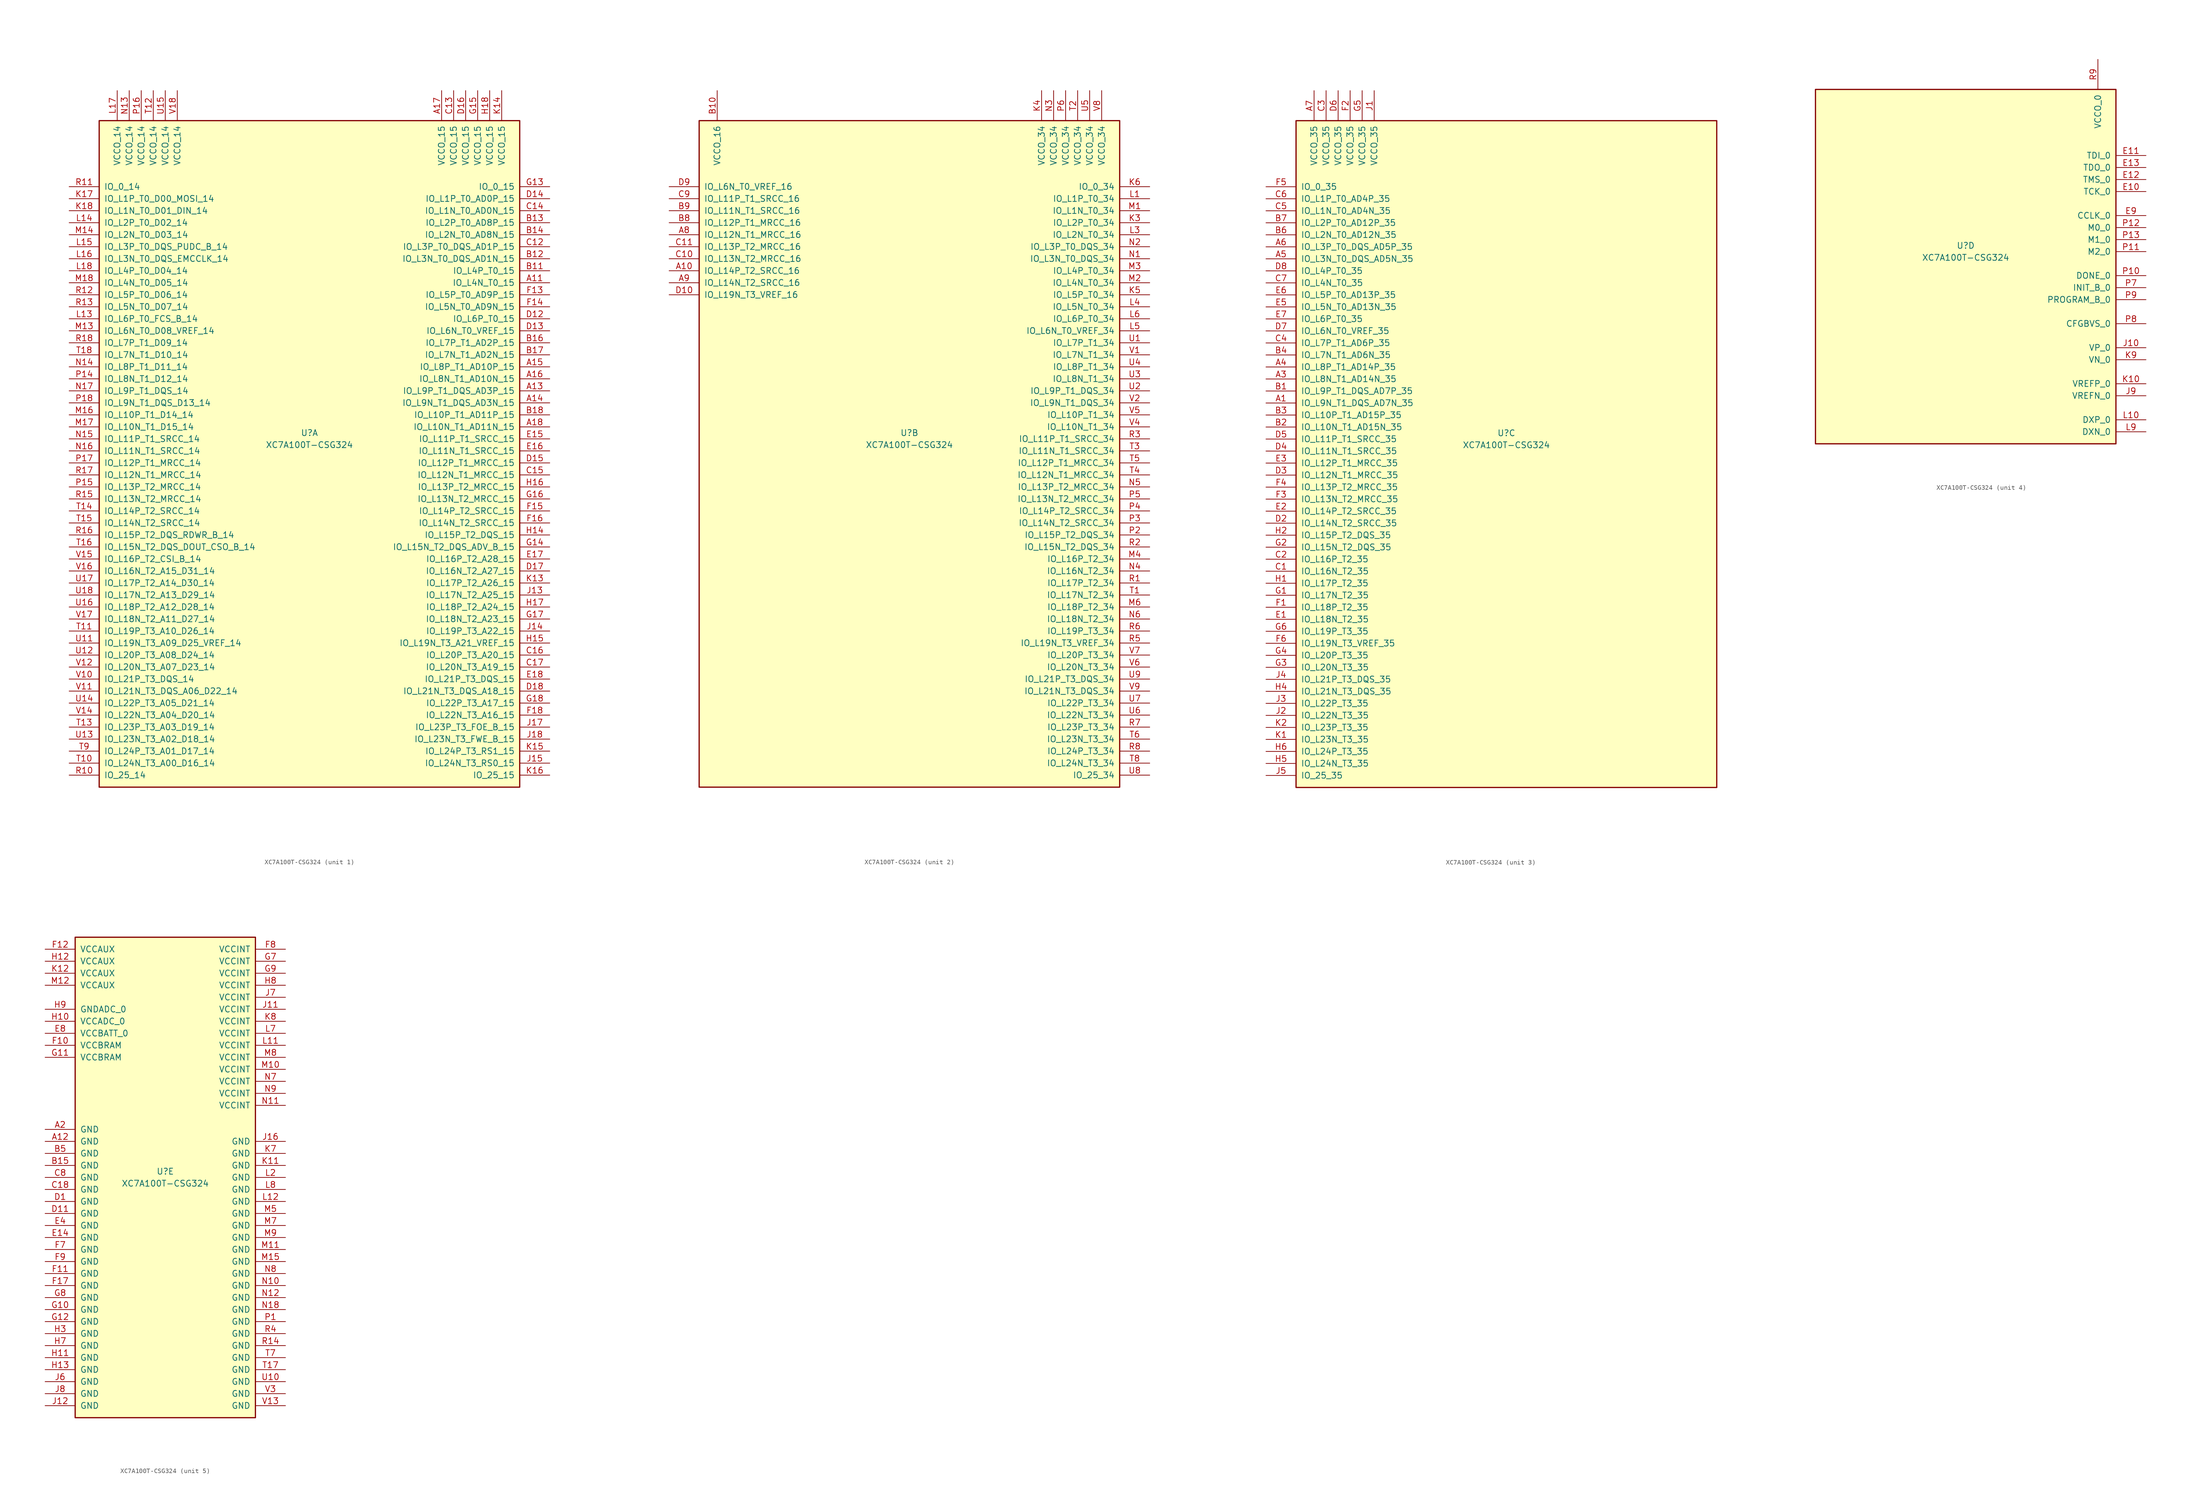
<source format=kicad_sym>
(kicad_symbol_lib
  (version 20231120)
  (generator "kicad_symbol_editor")
  (generator_version "8.0")
  (symbol "XC7A100T-CSG324"
    (pin_names
      (offset 1.016))
    (property "Reference" "U"
      (at 0 1.27 0)
      (effects (font (size 1.27 1.27))))
    (property "Value" "XC7A100T-CSG324"
      (at 0 -1.27 0)
      (effects (font (size 1.27 1.27))))
    (property "Datasheet" ""
      (at 0 0 0)
      (effects (font (size 1.27 1.27))))
    (property "ki_locked" ""
      (at 0 0 0)
      (effects (font (size 1.27 1.27))))
    (symbol "XC7A100T-CSG324_1_1"
      (rectangle (start -44.45 67.31) (end 44.45 -73.66) (stroke (width 0.254) (type default)) (fill (type background)))
      (pin bidirectional line (at 50.8 33.02 180) (length 6.35) (name "IO_L4N_T0_15" (effects (font (size 1.27 1.27)))) (number "A11" (effects (font (size 1.27 1.27)))))
      (pin bidirectional line (at 50.8 10.16 180) (length 6.35) (name "IO_L9P_T1_DQS_AD3P_15" (effects (font (size 1.27 1.27)))) (number "A13" (effects (font (size 1.27 1.27)))))
      (pin bidirectional line (at 50.8 7.62 180) (length 6.35) (name "IO_L9N_T1_DQS_AD3N_15" (effects (font (size 1.27 1.27)))) (number "A14" (effects (font (size 1.27 1.27)))))
      (pin bidirectional line (at 50.8 15.24 180) (length 6.35) (name "IO_L8P_T1_AD10P_15" (effects (font (size 1.27 1.27)))) (number "A15" (effects (font (size 1.27 1.27)))))
      (pin bidirectional line (at 50.8 12.7 180) (length 6.35) (name "IO_L8N_T1_AD10N_15" (effects (font (size 1.27 1.27)))) (number "A16" (effects (font (size 1.27 1.27)))))
      (pin power_in line (at 27.94 73.66 270) (length 6.35) (name "VCCO_15" (effects (font (size 1.27 1.27)))) (number "A17" (effects (font (size 1.27 1.27)))))
      (pin bidirectional line (at 50.8 2.54 180) (length 6.35) (name "IO_L10N_T1_AD11N_15" (effects (font (size 1.27 1.27)))) (number "A18" (effects (font (size 1.27 1.27)))))
      (pin bidirectional line (at 50.8 35.56 180) (length 6.35) (name "IO_L4P_T0_15" (effects (font (size 1.27 1.27)))) (number "B11" (effects (font (size 1.27 1.27)))))
      (pin bidirectional line (at 50.8 38.1 180) (length 6.35) (name "IO_L3N_T0_DQS_AD1N_15" (effects (font (size 1.27 1.27)))) (number "B12" (effects (font (size 1.27 1.27)))))
      (pin bidirectional line (at 50.8 45.72 180) (length 6.35) (name "IO_L2P_T0_AD8P_15" (effects (font (size 1.27 1.27)))) (number "B13" (effects (font (size 1.27 1.27)))))
      (pin bidirectional line (at 50.8 43.18 180) (length 6.35) (name "IO_L2N_T0_AD8N_15" (effects (font (size 1.27 1.27)))) (number "B14" (effects (font (size 1.27 1.27)))))
      (pin bidirectional line (at 50.8 20.32 180) (length 6.35) (name "IO_L7P_T1_AD2P_15" (effects (font (size 1.27 1.27)))) (number "B16" (effects (font (size 1.27 1.27)))))
      (pin bidirectional line (at 50.8 17.78 180) (length 6.35) (name "IO_L7N_T1_AD2N_15" (effects (font (size 1.27 1.27)))) (number "B17" (effects (font (size 1.27 1.27)))))
      (pin bidirectional line (at 50.8 5.08 180) (length 6.35) (name "IO_L10P_T1_AD11P_15" (effects (font (size 1.27 1.27)))) (number "B18" (effects (font (size 1.27 1.27)))))
      (pin bidirectional line (at 50.8 40.64 180) (length 6.35) (name "IO_L3P_T0_DQS_AD1P_15" (effects (font (size 1.27 1.27)))) (number "C12" (effects (font (size 1.27 1.27)))))
      (pin power_in line (at 30.48 73.66 270) (length 6.35) (name "VCCO_15" (effects (font (size 1.27 1.27)))) (number "C13" (effects (font (size 1.27 1.27)))))
      (pin bidirectional line (at 50.8 48.26 180) (length 6.35) (name "IO_L1N_T0_AD0N_15" (effects (font (size 1.27 1.27)))) (number "C14" (effects (font (size 1.27 1.27)))))
      (pin bidirectional line (at 50.8 -7.62 180) (length 6.35) (name "IO_L12N_T1_MRCC_15" (effects (font (size 1.27 1.27)))) (number "C15" (effects (font (size 1.27 1.27)))))
      (pin bidirectional line (at 50.8 -45.72 180) (length 6.35) (name "IO_L20P_T3_A20_15" (effects (font (size 1.27 1.27)))) (number "C16" (effects (font (size 1.27 1.27)))))
      (pin bidirectional line (at 50.8 -48.26 180) (length 6.35) (name "IO_L20N_T3_A19_15" (effects (font (size 1.27 1.27)))) (number "C17" (effects (font (size 1.27 1.27)))))
      (pin bidirectional line (at 50.8 25.4 180) (length 6.35) (name "IO_L6P_T0_15" (effects (font (size 1.27 1.27)))) (number "D12" (effects (font (size 1.27 1.27)))))
      (pin bidirectional line (at 50.8 22.86 180) (length 6.35) (name "IO_L6N_T0_VREF_15" (effects (font (size 1.27 1.27)))) (number "D13" (effects (font (size 1.27 1.27)))))
      (pin bidirectional line (at 50.8 50.8 180) (length 6.35) (name "IO_L1P_T0_AD0P_15" (effects (font (size 1.27 1.27)))) (number "D14" (effects (font (size 1.27 1.27)))))
      (pin bidirectional line (at 50.8 -5.08 180) (length 6.35) (name "IO_L12P_T1_MRCC_15" (effects (font (size 1.27 1.27)))) (number "D15" (effects (font (size 1.27 1.27)))))
      (pin power_in line (at 33.02 73.66 270) (length 6.35) (name "VCCO_15" (effects (font (size 1.27 1.27)))) (number "D16" (effects (font (size 1.27 1.27)))))
      (pin bidirectional line (at 50.8 -27.94 180) (length 6.35) (name "IO_L16N_T2_A27_15" (effects (font (size 1.27 1.27)))) (number "D17" (effects (font (size 1.27 1.27)))))
      (pin bidirectional line (at 50.8 -53.34 180) (length 6.35) (name "IO_L21N_T3_DQS_A18_15" (effects (font (size 1.27 1.27)))) (number "D18" (effects (font (size 1.27 1.27)))))
      (pin bidirectional line (at 50.8 0 180) (length 6.35) (name "IO_L11P_T1_SRCC_15" (effects (font (size 1.27 1.27)))) (number "E15" (effects (font (size 1.27 1.27)))))
      (pin bidirectional line (at 50.8 -2.54 180) (length 6.35) (name "IO_L11N_T1_SRCC_15" (effects (font (size 1.27 1.27)))) (number "E16" (effects (font (size 1.27 1.27)))))
      (pin bidirectional line (at 50.8 -25.4 180) (length 6.35) (name "IO_L16P_T2_A28_15" (effects (font (size 1.27 1.27)))) (number "E17" (effects (font (size 1.27 1.27)))))
      (pin bidirectional line (at 50.8 -50.8 180) (length 6.35) (name "IO_L21P_T3_DQS_15" (effects (font (size 1.27 1.27)))) (number "E18" (effects (font (size 1.27 1.27)))))
      (pin bidirectional line (at 50.8 30.48 180) (length 6.35) (name "IO_L5P_T0_AD9P_15" (effects (font (size 1.27 1.27)))) (number "F13" (effects (font (size 1.27 1.27)))))
      (pin bidirectional line (at 50.8 27.94 180) (length 6.35) (name "IO_L5N_T0_AD9N_15" (effects (font (size 1.27 1.27)))) (number "F14" (effects (font (size 1.27 1.27)))))
      (pin bidirectional line (at 50.8 -15.24 180) (length 6.35) (name "IO_L14P_T2_SRCC_15" (effects (font (size 1.27 1.27)))) (number "F15" (effects (font (size 1.27 1.27)))))
      (pin bidirectional line (at 50.8 -17.78 180) (length 6.35) (name "IO_L14N_T2_SRCC_15" (effects (font (size 1.27 1.27)))) (number "F16" (effects (font (size 1.27 1.27)))))
      (pin bidirectional line (at 50.8 -58.42 180) (length 6.35) (name "IO_L22N_T3_A16_15" (effects (font (size 1.27 1.27)))) (number "F18" (effects (font (size 1.27 1.27)))))
      (pin bidirectional line (at 50.8 53.34 180) (length 6.35) (name "IO_0_15" (effects (font (size 1.27 1.27)))) (number "G13" (effects (font (size 1.27 1.27)))))
      (pin bidirectional line (at 50.8 -22.86 180) (length 6.35) (name "IO_L15N_T2_DQS_ADV_B_15" (effects (font (size 1.27 1.27)))) (number "G14" (effects (font (size 1.27 1.27)))))
      (pin power_in line (at 35.56 73.66 270) (length 6.35) (name "VCCO_15" (effects (font (size 1.27 1.27)))) (number "G15" (effects (font (size 1.27 1.27)))))
      (pin bidirectional line (at 50.8 -12.7 180) (length 6.35) (name "IO_L13N_T2_MRCC_15" (effects (font (size 1.27 1.27)))) (number "G16" (effects (font (size 1.27 1.27)))))
      (pin bidirectional line (at 50.8 -38.1 180) (length 6.35) (name "IO_L18N_T2_A23_15" (effects (font (size 1.27 1.27)))) (number "G17" (effects (font (size 1.27 1.27)))))
      (pin bidirectional line (at 50.8 -55.88 180) (length 6.35) (name "IO_L22P_T3_A17_15" (effects (font (size 1.27 1.27)))) (number "G18" (effects (font (size 1.27 1.27)))))
      (pin bidirectional line (at 50.8 -20.32 180) (length 6.35) (name "IO_L15P_T2_DQS_15" (effects (font (size 1.27 1.27)))) (number "H14" (effects (font (size 1.27 1.27)))))
      (pin bidirectional line (at 50.8 -43.18 180) (length 6.35) (name "IO_L19N_T3_A21_VREF_15" (effects (font (size 1.27 1.27)))) (number "H15" (effects (font (size 1.27 1.27)))))
      (pin bidirectional line (at 50.8 -10.16 180) (length 6.35) (name "IO_L13P_T2_MRCC_15" (effects (font (size 1.27 1.27)))) (number "H16" (effects (font (size 1.27 1.27)))))
      (pin bidirectional line (at 50.8 -35.56 180) (length 6.35) (name "IO_L18P_T2_A24_15" (effects (font (size 1.27 1.27)))) (number "H17" (effects (font (size 1.27 1.27)))))
      (pin power_in line (at 38.1 73.66 270) (length 6.35) (name "VCCO_15" (effects (font (size 1.27 1.27)))) (number "H18" (effects (font (size 1.27 1.27)))))
      (pin bidirectional line (at 50.8 -33.02 180) (length 6.35) (name "IO_L17N_T2_A25_15" (effects (font (size 1.27 1.27)))) (number "J13" (effects (font (size 1.27 1.27)))))
      (pin bidirectional line (at 50.8 -40.64 180) (length 6.35) (name "IO_L19P_T3_A22_15" (effects (font (size 1.27 1.27)))) (number "J14" (effects (font (size 1.27 1.27)))))
      (pin bidirectional line (at 50.8 -68.58 180) (length 6.35) (name "IO_L24N_T3_RS0_15" (effects (font (size 1.27 1.27)))) (number "J15" (effects (font (size 1.27 1.27)))))
      (pin bidirectional line (at 50.8 -60.96 180) (length 6.35) (name "IO_L23P_T3_FOE_B_15" (effects (font (size 1.27 1.27)))) (number "J17" (effects (font (size 1.27 1.27)))))
      (pin bidirectional line (at 50.8 -63.5 180) (length 6.35) (name "IO_L23N_T3_FWE_B_15" (effects (font (size 1.27 1.27)))) (number "J18" (effects (font (size 1.27 1.27)))))
      (pin bidirectional line (at 50.8 -30.48 180) (length 6.35) (name "IO_L17P_T2_A26_15" (effects (font (size 1.27 1.27)))) (number "K13" (effects (font (size 1.27 1.27)))))
      (pin power_in line (at 40.64 73.66 270) (length 6.35) (name "VCCO_15" (effects (font (size 1.27 1.27)))) (number "K14" (effects (font (size 1.27 1.27)))))
      (pin bidirectional line (at 50.8 -66.04 180) (length 6.35) (name "IO_L24P_T3_RS1_15" (effects (font (size 1.27 1.27)))) (number "K15" (effects (font (size 1.27 1.27)))))
      (pin bidirectional line (at 50.8 -71.12 180) (length 6.35) (name "IO_25_15" (effects (font (size 1.27 1.27)))) (number "K16" (effects (font (size 1.27 1.27)))))
      (pin bidirectional line (at -50.8 50.8 0) (length 6.35) (name "IO_L1P_T0_D00_MOSI_14" (effects (font (size 1.27 1.27)))) (number "K17" (effects (font (size 1.27 1.27)))))
      (pin bidirectional line (at -50.8 48.26 0) (length 6.35) (name "IO_L1N_T0_D01_DIN_14" (effects (font (size 1.27 1.27)))) (number "K18" (effects (font (size 1.27 1.27)))))
      (pin bidirectional line (at -50.8 25.4 0) (length 6.35) (name "IO_L6P_T0_FCS_B_14" (effects (font (size 1.27 1.27)))) (number "L13" (effects (font (size 1.27 1.27)))))
      (pin bidirectional line (at -50.8 45.72 0) (length 6.35) (name "IO_L2P_T0_D02_14" (effects (font (size 1.27 1.27)))) (number "L14" (effects (font (size 1.27 1.27)))))
      (pin bidirectional line (at -50.8 40.64 0) (length 6.35) (name "IO_L3P_T0_DQS_PUDC_B_14" (effects (font (size 1.27 1.27)))) (number "L15" (effects (font (size 1.27 1.27)))))
      (pin bidirectional line (at -50.8 38.1 0) (length 6.35) (name "IO_L3N_T0_DQS_EMCCLK_14" (effects (font (size 1.27 1.27)))) (number "L16" (effects (font (size 1.27 1.27)))))
      (pin power_in line (at -40.64 73.66 270) (length 6.35) (name "VCCO_14" (effects (font (size 1.27 1.27)))) (number "L17" (effects (font (size 1.27 1.27)))))
      (pin bidirectional line (at -50.8 35.56 0) (length 6.35) (name "IO_L4P_T0_D04_14" (effects (font (size 1.27 1.27)))) (number "L18" (effects (font (size 1.27 1.27)))))
      (pin bidirectional line (at -50.8 22.86 0) (length 6.35) (name "IO_L6N_T0_D08_VREF_14" (effects (font (size 1.27 1.27)))) (number "M13" (effects (font (size 1.27 1.27)))))
      (pin bidirectional line (at -50.8 43.18 0) (length 6.35) (name "IO_L2N_T0_D03_14" (effects (font (size 1.27 1.27)))) (number "M14" (effects (font (size 1.27 1.27)))))
      (pin bidirectional line (at -50.8 5.08 0) (length 6.35) (name "IO_L10P_T1_D14_14" (effects (font (size 1.27 1.27)))) (number "M16" (effects (font (size 1.27 1.27)))))
      (pin bidirectional line (at -50.8 2.54 0) (length 6.35) (name "IO_L10N_T1_D15_14" (effects (font (size 1.27 1.27)))) (number "M17" (effects (font (size 1.27 1.27)))))
      (pin bidirectional line (at -50.8 33.02 0) (length 6.35) (name "IO_L4N_T0_D05_14" (effects (font (size 1.27 1.27)))) (number "M18" (effects (font (size 1.27 1.27)))))
      (pin power_in line (at -38.1 73.66 270) (length 6.35) (name "VCCO_14" (effects (font (size 1.27 1.27)))) (number "N13" (effects (font (size 1.27 1.27)))))
      (pin bidirectional line (at -50.8 15.24 0) (length 6.35) (name "IO_L8P_T1_D11_14" (effects (font (size 1.27 1.27)))) (number "N14" (effects (font (size 1.27 1.27)))))
      (pin bidirectional line (at -50.8 0 0) (length 6.35) (name "IO_L11P_T1_SRCC_14" (effects (font (size 1.27 1.27)))) (number "N15" (effects (font (size 1.27 1.27)))))
      (pin bidirectional line (at -50.8 -2.54 0) (length 6.35) (name "IO_L11N_T1_SRCC_14" (effects (font (size 1.27 1.27)))) (number "N16" (effects (font (size 1.27 1.27)))))
      (pin bidirectional line (at -50.8 10.16 0) (length 6.35) (name "IO_L9P_T1_DQS_14" (effects (font (size 1.27 1.27)))) (number "N17" (effects (font (size 1.27 1.27)))))
      (pin bidirectional line (at -50.8 12.7 0) (length 6.35) (name "IO_L8N_T1_D12_14" (effects (font (size 1.27 1.27)))) (number "P14" (effects (font (size 1.27 1.27)))))
      (pin bidirectional line (at -50.8 -10.16 0) (length 6.35) (name "IO_L13P_T2_MRCC_14" (effects (font (size 1.27 1.27)))) (number "P15" (effects (font (size 1.27 1.27)))))
      (pin power_in line (at -35.56 73.66 270) (length 6.35) (name "VCCO_14" (effects (font (size 1.27 1.27)))) (number "P16" (effects (font (size 1.27 1.27)))))
      (pin bidirectional line (at -50.8 -5.08 0) (length 6.35) (name "IO_L12P_T1_MRCC_14" (effects (font (size 1.27 1.27)))) (number "P17" (effects (font (size 1.27 1.27)))))
      (pin bidirectional line (at -50.8 7.62 0) (length 6.35) (name "IO_L9N_T1_DQS_D13_14" (effects (font (size 1.27 1.27)))) (number "P18" (effects (font (size 1.27 1.27)))))
      (pin bidirectional line (at -50.8 -71.12 0) (length 6.35) (name "IO_25_14" (effects (font (size 1.27 1.27)))) (number "R10" (effects (font (size 1.27 1.27)))))
      (pin bidirectional line (at -50.8 53.34 0) (length 6.35) (name "IO_0_14" (effects (font (size 1.27 1.27)))) (number "R11" (effects (font (size 1.27 1.27)))))
      (pin bidirectional line (at -50.8 30.48 0) (length 6.35) (name "IO_L5P_T0_D06_14" (effects (font (size 1.27 1.27)))) (number "R12" (effects (font (size 1.27 1.27)))))
      (pin bidirectional line (at -50.8 27.94 0) (length 6.35) (name "IO_L5N_T0_D07_14" (effects (font (size 1.27 1.27)))) (number "R13" (effects (font (size 1.27 1.27)))))
      (pin bidirectional line (at -50.8 -12.7 0) (length 6.35) (name "IO_L13N_T2_MRCC_14" (effects (font (size 1.27 1.27)))) (number "R15" (effects (font (size 1.27 1.27)))))
      (pin bidirectional line (at -50.8 -20.32 0) (length 6.35) (name "IO_L15P_T2_DQS_RDWR_B_14" (effects (font (size 1.27 1.27)))) (number "R16" (effects (font (size 1.27 1.27)))))
      (pin bidirectional line (at -50.8 -7.62 0) (length 6.35) (name "IO_L12N_T1_MRCC_14" (effects (font (size 1.27 1.27)))) (number "R17" (effects (font (size 1.27 1.27)))))
      (pin bidirectional line (at -50.8 20.32 0) (length 6.35) (name "IO_L7P_T1_D09_14" (effects (font (size 1.27 1.27)))) (number "R18" (effects (font (size 1.27 1.27)))))
      (pin bidirectional line (at -50.8 -68.58 0) (length 6.35) (name "IO_L24N_T3_A00_D16_14" (effects (font (size 1.27 1.27)))) (number "T10" (effects (font (size 1.27 1.27)))))
      (pin bidirectional line (at -50.8 -40.64 0) (length 6.35) (name "IO_L19P_T3_A10_D26_14" (effects (font (size 1.27 1.27)))) (number "T11" (effects (font (size 1.27 1.27)))))
      (pin power_in line (at -33.02 73.66 270) (length 6.35) (name "VCCO_14" (effects (font (size 1.27 1.27)))) (number "T12" (effects (font (size 1.27 1.27)))))
      (pin bidirectional line (at -50.8 -60.96 0) (length 6.35) (name "IO_L23P_T3_A03_D19_14" (effects (font (size 1.27 1.27)))) (number "T13" (effects (font (size 1.27 1.27)))))
      (pin bidirectional line (at -50.8 -15.24 0) (length 6.35) (name "IO_L14P_T2_SRCC_14" (effects (font (size 1.27 1.27)))) (number "T14" (effects (font (size 1.27 1.27)))))
      (pin bidirectional line (at -50.8 -17.78 0) (length 6.35) (name "IO_L14N_T2_SRCC_14" (effects (font (size 1.27 1.27)))) (number "T15" (effects (font (size 1.27 1.27)))))
      (pin bidirectional line (at -50.8 -22.86 0) (length 6.35) (name "IO_L15N_T2_DQS_DOUT_CSO_B_14" (effects (font (size 1.27 1.27)))) (number "T16" (effects (font (size 1.27 1.27)))))
      (pin bidirectional line (at -50.8 17.78 0) (length 6.35) (name "IO_L7N_T1_D10_14" (effects (font (size 1.27 1.27)))) (number "T18" (effects (font (size 1.27 1.27)))))
      (pin bidirectional line (at -50.8 -66.04 0) (length 6.35) (name "IO_L24P_T3_A01_D17_14" (effects (font (size 1.27 1.27)))) (number "T9" (effects (font (size 1.27 1.27)))))
      (pin bidirectional line (at -50.8 -43.18 0) (length 6.35) (name "IO_L19N_T3_A09_D25_VREF_14" (effects (font (size 1.27 1.27)))) (number "U11" (effects (font (size 1.27 1.27)))))
      (pin bidirectional line (at -50.8 -45.72 0) (length 6.35) (name "IO_L20P_T3_A08_D24_14" (effects (font (size 1.27 1.27)))) (number "U12" (effects (font (size 1.27 1.27)))))
      (pin bidirectional line (at -50.8 -63.5 0) (length 6.35) (name "IO_L23N_T3_A02_D18_14" (effects (font (size 1.27 1.27)))) (number "U13" (effects (font (size 1.27 1.27)))))
      (pin bidirectional line (at -50.8 -55.88 0) (length 6.35) (name "IO_L22P_T3_A05_D21_14" (effects (font (size 1.27 1.27)))) (number "U14" (effects (font (size 1.27 1.27)))))
      (pin power_in line (at -30.48 73.66 270) (length 6.35) (name "VCCO_14" (effects (font (size 1.27 1.27)))) (number "U15" (effects (font (size 1.27 1.27)))))
      (pin bidirectional line (at -50.8 -35.56 0) (length 6.35) (name "IO_L18P_T2_A12_D28_14" (effects (font (size 1.27 1.27)))) (number "U16" (effects (font (size 1.27 1.27)))))
      (pin bidirectional line (at -50.8 -30.48 0) (length 6.35) (name "IO_L17P_T2_A14_D30_14" (effects (font (size 1.27 1.27)))) (number "U17" (effects (font (size 1.27 1.27)))))
      (pin bidirectional line (at -50.8 -33.02 0) (length 6.35) (name "IO_L17N_T2_A13_D29_14" (effects (font (size 1.27 1.27)))) (number "U18" (effects (font (size 1.27 1.27)))))
      (pin bidirectional line (at -50.8 -50.8 0) (length 6.35) (name "IO_L21P_T3_DQS_14" (effects (font (size 1.27 1.27)))) (number "V10" (effects (font (size 1.27 1.27)))))
      (pin bidirectional line (at -50.8 -53.34 0) (length 6.35) (name "IO_L21N_T3_DQS_A06_D22_14" (effects (font (size 1.27 1.27)))) (number "V11" (effects (font (size 1.27 1.27)))))
      (pin bidirectional line (at -50.8 -48.26 0) (length 6.35) (name "IO_L20N_T3_A07_D23_14" (effects (font (size 1.27 1.27)))) (number "V12" (effects (font (size 1.27 1.27)))))
      (pin bidirectional line (at -50.8 -58.42 0) (length 6.35) (name "IO_L22N_T3_A04_D20_14" (effects (font (size 1.27 1.27)))) (number "V14" (effects (font (size 1.27 1.27)))))
      (pin bidirectional line (at -50.8 -25.4 0) (length 6.35) (name "IO_L16P_T2_CSI_B_14" (effects (font (size 1.27 1.27)))) (number "V15" (effects (font (size 1.27 1.27)))))
      (pin bidirectional line (at -50.8 -27.94 0) (length 6.35) (name "IO_L16N_T2_A15_D31_14" (effects (font (size 1.27 1.27)))) (number "V16" (effects (font (size 1.27 1.27)))))
      (pin bidirectional line (at -50.8 -38.1 0) (length 6.35) (name "IO_L18N_T2_A11_D27_14" (effects (font (size 1.27 1.27)))) (number "V17" (effects (font (size 1.27 1.27)))))
      (pin power_in line (at -27.94 73.66 270) (length 6.35) (name "VCCO_14" (effects (font (size 1.27 1.27)))) (number "V18" (effects (font (size 1.27 1.27))))))
    (symbol "XC7A100T-CSG324_2_1"
      (rectangle (start -44.45 67.31) (end 44.45 -73.66) (stroke (width 0.254) (type default)) (fill (type background)))
      (pin bidirectional line (at -50.8 35.56 0) (length 6.35) (name "IO_L14P_T2_SRCC_16" (effects (font (size 1.27 1.27)))) (number "A10" (effects (font (size 1.27 1.27)))))
      (pin bidirectional line (at -50.8 43.18 0) (length 6.35) (name "IO_L12N_T1_MRCC_16" (effects (font (size 1.27 1.27)))) (number "A8" (effects (font (size 1.27 1.27)))))
      (pin bidirectional line (at -50.8 33.02 0) (length 6.35) (name "IO_L14N_T2_SRCC_16" (effects (font (size 1.27 1.27)))) (number "A9" (effects (font (size 1.27 1.27)))))
      (pin power_in line (at -40.64 73.66 270) (length 6.35) (name "VCCO_16" (effects (font (size 1.27 1.27)))) (number "B10" (effects (font (size 1.27 1.27)))))
      (pin bidirectional line (at -50.8 45.72 0) (length 6.35) (name "IO_L12P_T1_MRCC_16" (effects (font (size 1.27 1.27)))) (number "B8" (effects (font (size 1.27 1.27)))))
      (pin bidirectional line (at -50.8 48.26 0) (length 6.35) (name "IO_L11N_T1_SRCC_16" (effects (font (size 1.27 1.27)))) (number "B9" (effects (font (size 1.27 1.27)))))
      (pin bidirectional line (at -50.8 38.1 0) (length 6.35) (name "IO_L13N_T2_MRCC_16" (effects (font (size 1.27 1.27)))) (number "C10" (effects (font (size 1.27 1.27)))))
      (pin bidirectional line (at -50.8 40.64 0) (length 6.35) (name "IO_L13P_T2_MRCC_16" (effects (font (size 1.27 1.27)))) (number "C11" (effects (font (size 1.27 1.27)))))
      (pin bidirectional line (at -50.8 50.8 0) (length 6.35) (name "IO_L11P_T1_SRCC_16" (effects (font (size 1.27 1.27)))) (number "C9" (effects (font (size 1.27 1.27)))))
      (pin bidirectional line (at -50.8 30.48 0) (length 6.35) (name "IO_L19N_T3_VREF_16" (effects (font (size 1.27 1.27)))) (number "D10" (effects (font (size 1.27 1.27)))))
      (pin bidirectional line (at -50.8 53.34 0) (length 6.35) (name "IO_L6N_T0_VREF_16" (effects (font (size 1.27 1.27)))) (number "D9" (effects (font (size 1.27 1.27)))))
      (pin bidirectional line (at 50.8 45.72 180) (length 6.35) (name "IO_L2P_T0_34" (effects (font (size 1.27 1.27)))) (number "K3" (effects (font (size 1.27 1.27)))))
      (pin power_in line (at 27.94 73.66 270) (length 6.35) (name "VCCO_34" (effects (font (size 1.27 1.27)))) (number "K4" (effects (font (size 1.27 1.27)))))
      (pin bidirectional line (at 50.8 30.48 180) (length 6.35) (name "IO_L5P_T0_34" (effects (font (size 1.27 1.27)))) (number "K5" (effects (font (size 1.27 1.27)))))
      (pin bidirectional line (at 50.8 53.34 180) (length 6.35) (name "IO_0_34" (effects (font (size 1.27 1.27)))) (number "K6" (effects (font (size 1.27 1.27)))))
      (pin bidirectional line (at 50.8 50.8 180) (length 6.35) (name "IO_L1P_T0_34" (effects (font (size 1.27 1.27)))) (number "L1" (effects (font (size 1.27 1.27)))))
      (pin bidirectional line (at 50.8 43.18 180) (length 6.35) (name "IO_L2N_T0_34" (effects (font (size 1.27 1.27)))) (number "L3" (effects (font (size 1.27 1.27)))))
      (pin bidirectional line (at 50.8 27.94 180) (length 6.35) (name "IO_L5N_T0_34" (effects (font (size 1.27 1.27)))) (number "L4" (effects (font (size 1.27 1.27)))))
      (pin bidirectional line (at 50.8 22.86 180) (length 6.35) (name "IO_L6N_T0_VREF_34" (effects (font (size 1.27 1.27)))) (number "L5" (effects (font (size 1.27 1.27)))))
      (pin bidirectional line (at 50.8 25.4 180) (length 6.35) (name "IO_L6P_T0_34" (effects (font (size 1.27 1.27)))) (number "L6" (effects (font (size 1.27 1.27)))))
      (pin bidirectional line (at 50.8 48.26 180) (length 6.35) (name "IO_L1N_T0_34" (effects (font (size 1.27 1.27)))) (number "M1" (effects (font (size 1.27 1.27)))))
      (pin bidirectional line (at 50.8 33.02 180) (length 6.35) (name "IO_L4N_T0_34" (effects (font (size 1.27 1.27)))) (number "M2" (effects (font (size 1.27 1.27)))))
      (pin bidirectional line (at 50.8 35.56 180) (length 6.35) (name "IO_L4P_T0_34" (effects (font (size 1.27 1.27)))) (number "M3" (effects (font (size 1.27 1.27)))))
      (pin bidirectional line (at 50.8 -25.4 180) (length 6.35) (name "IO_L16P_T2_34" (effects (font (size 1.27 1.27)))) (number "M4" (effects (font (size 1.27 1.27)))))
      (pin bidirectional line (at 50.8 -35.56 180) (length 6.35) (name "IO_L18P_T2_34" (effects (font (size 1.27 1.27)))) (number "M6" (effects (font (size 1.27 1.27)))))
      (pin bidirectional line (at 50.8 38.1 180) (length 6.35) (name "IO_L3N_T0_DQS_34" (effects (font (size 1.27 1.27)))) (number "N1" (effects (font (size 1.27 1.27)))))
      (pin bidirectional line (at 50.8 40.64 180) (length 6.35) (name "IO_L3P_T0_DQS_34" (effects (font (size 1.27 1.27)))) (number "N2" (effects (font (size 1.27 1.27)))))
      (pin power_in line (at 30.48 73.66 270) (length 6.35) (name "VCCO_34" (effects (font (size 1.27 1.27)))) (number "N3" (effects (font (size 1.27 1.27)))))
      (pin bidirectional line (at 50.8 -27.94 180) (length 6.35) (name "IO_L16N_T2_34" (effects (font (size 1.27 1.27)))) (number "N4" (effects (font (size 1.27 1.27)))))
      (pin bidirectional line (at 50.8 -10.16 180) (length 6.35) (name "IO_L13P_T2_MRCC_34" (effects (font (size 1.27 1.27)))) (number "N5" (effects (font (size 1.27 1.27)))))
      (pin bidirectional line (at 50.8 -38.1 180) (length 6.35) (name "IO_L18N_T2_34" (effects (font (size 1.27 1.27)))) (number "N6" (effects (font (size 1.27 1.27)))))
      (pin bidirectional line (at 50.8 -20.32 180) (length 6.35) (name "IO_L15P_T2_DQS_34" (effects (font (size 1.27 1.27)))) (number "P2" (effects (font (size 1.27 1.27)))))
      (pin bidirectional line (at 50.8 -17.78 180) (length 6.35) (name "IO_L14N_T2_SRCC_34" (effects (font (size 1.27 1.27)))) (number "P3" (effects (font (size 1.27 1.27)))))
      (pin bidirectional line (at 50.8 -15.24 180) (length 6.35) (name "IO_L14P_T2_SRCC_34" (effects (font (size 1.27 1.27)))) (number "P4" (effects (font (size 1.27 1.27)))))
      (pin bidirectional line (at 50.8 -12.7 180) (length 6.35) (name "IO_L13N_T2_MRCC_34" (effects (font (size 1.27 1.27)))) (number "P5" (effects (font (size 1.27 1.27)))))
      (pin power_in line (at 33.02 73.66 270) (length 6.35) (name "VCCO_34" (effects (font (size 1.27 1.27)))) (number "P6" (effects (font (size 1.27 1.27)))))
      (pin bidirectional line (at 50.8 -30.48 180) (length 6.35) (name "IO_L17P_T2_34" (effects (font (size 1.27 1.27)))) (number "R1" (effects (font (size 1.27 1.27)))))
      (pin bidirectional line (at 50.8 -22.86 180) (length 6.35) (name "IO_L15N_T2_DQS_34" (effects (font (size 1.27 1.27)))) (number "R2" (effects (font (size 1.27 1.27)))))
      (pin bidirectional line (at 50.8 0 180) (length 6.35) (name "IO_L11P_T1_SRCC_34" (effects (font (size 1.27 1.27)))) (number "R3" (effects (font (size 1.27 1.27)))))
      (pin bidirectional line (at 50.8 -43.18 180) (length 6.35) (name "IO_L19N_T3_VREF_34" (effects (font (size 1.27 1.27)))) (number "R5" (effects (font (size 1.27 1.27)))))
      (pin bidirectional line (at 50.8 -40.64 180) (length 6.35) (name "IO_L19P_T3_34" (effects (font (size 1.27 1.27)))) (number "R6" (effects (font (size 1.27 1.27)))))
      (pin bidirectional line (at 50.8 -60.96 180) (length 6.35) (name "IO_L23P_T3_34" (effects (font (size 1.27 1.27)))) (number "R7" (effects (font (size 1.27 1.27)))))
      (pin bidirectional line (at 50.8 -66.04 180) (length 6.35) (name "IO_L24P_T3_34" (effects (font (size 1.27 1.27)))) (number "R8" (effects (font (size 1.27 1.27)))))
      (pin bidirectional line (at 50.8 -33.02 180) (length 6.35) (name "IO_L17N_T2_34" (effects (font (size 1.27 1.27)))) (number "T1" (effects (font (size 1.27 1.27)))))
      (pin power_in line (at 35.56 73.66 270) (length 6.35) (name "VCCO_34" (effects (font (size 1.27 1.27)))) (number "T2" (effects (font (size 1.27 1.27)))))
      (pin bidirectional line (at 50.8 -2.54 180) (length 6.35) (name "IO_L11N_T1_SRCC_34" (effects (font (size 1.27 1.27)))) (number "T3" (effects (font (size 1.27 1.27)))))
      (pin bidirectional line (at 50.8 -7.62 180) (length 6.35) (name "IO_L12N_T1_MRCC_34" (effects (font (size 1.27 1.27)))) (number "T4" (effects (font (size 1.27 1.27)))))
      (pin bidirectional line (at 50.8 -5.08 180) (length 6.35) (name "IO_L12P_T1_MRCC_34" (effects (font (size 1.27 1.27)))) (number "T5" (effects (font (size 1.27 1.27)))))
      (pin bidirectional line (at 50.8 -63.5 180) (length 6.35) (name "IO_L23N_T3_34" (effects (font (size 1.27 1.27)))) (number "T6" (effects (font (size 1.27 1.27)))))
      (pin bidirectional line (at 50.8 -68.58 180) (length 6.35) (name "IO_L24N_T3_34" (effects (font (size 1.27 1.27)))) (number "T8" (effects (font (size 1.27 1.27)))))
      (pin bidirectional line (at 50.8 20.32 180) (length 6.35) (name "IO_L7P_T1_34" (effects (font (size 1.27 1.27)))) (number "U1" (effects (font (size 1.27 1.27)))))
      (pin bidirectional line (at 50.8 10.16 180) (length 6.35) (name "IO_L9P_T1_DQS_34" (effects (font (size 1.27 1.27)))) (number "U2" (effects (font (size 1.27 1.27)))))
      (pin bidirectional line (at 50.8 12.7 180) (length 6.35) (name "IO_L8N_T1_34" (effects (font (size 1.27 1.27)))) (number "U3" (effects (font (size 1.27 1.27)))))
      (pin bidirectional line (at 50.8 15.24 180) (length 6.35) (name "IO_L8P_T1_34" (effects (font (size 1.27 1.27)))) (number "U4" (effects (font (size 1.27 1.27)))))
      (pin power_in line (at 38.1 73.66 270) (length 6.35) (name "VCCO_34" (effects (font (size 1.27 1.27)))) (number "U5" (effects (font (size 1.27 1.27)))))
      (pin bidirectional line (at 50.8 -58.42 180) (length 6.35) (name "IO_L22N_T3_34" (effects (font (size 1.27 1.27)))) (number "U6" (effects (font (size 1.27 1.27)))))
      (pin bidirectional line (at 50.8 -55.88 180) (length 6.35) (name "IO_L22P_T3_34" (effects (font (size 1.27 1.27)))) (number "U7" (effects (font (size 1.27 1.27)))))
      (pin bidirectional line (at 50.8 -71.12 180) (length 6.35) (name "IO_25_34" (effects (font (size 1.27 1.27)))) (number "U8" (effects (font (size 1.27 1.27)))))
      (pin bidirectional line (at 50.8 -50.8 180) (length 6.35) (name "IO_L21P_T3_DQS_34" (effects (font (size 1.27 1.27)))) (number "U9" (effects (font (size 1.27 1.27)))))
      (pin bidirectional line (at 50.8 17.78 180) (length 6.35) (name "IO_L7N_T1_34" (effects (font (size 1.27 1.27)))) (number "V1" (effects (font (size 1.27 1.27)))))
      (pin bidirectional line (at 50.8 7.62 180) (length 6.35) (name "IO_L9N_T1_DQS_34" (effects (font (size 1.27 1.27)))) (number "V2" (effects (font (size 1.27 1.27)))))
      (pin bidirectional line (at 50.8 2.54 180) (length 6.35) (name "IO_L10N_T1_34" (effects (font (size 1.27 1.27)))) (number "V4" (effects (font (size 1.27 1.27)))))
      (pin bidirectional line (at 50.8 5.08 180) (length 6.35) (name "IO_L10P_T1_34" (effects (font (size 1.27 1.27)))) (number "V5" (effects (font (size 1.27 1.27)))))
      (pin bidirectional line (at 50.8 -48.26 180) (length 6.35) (name "IO_L20N_T3_34" (effects (font (size 1.27 1.27)))) (number "V6" (effects (font (size 1.27 1.27)))))
      (pin bidirectional line (at 50.8 -45.72 180) (length 6.35) (name "IO_L20P_T3_34" (effects (font (size 1.27 1.27)))) (number "V7" (effects (font (size 1.27 1.27)))))
      (pin power_in line (at 40.64 73.66 270) (length 6.35) (name "VCCO_34" (effects (font (size 1.27 1.27)))) (number "V8" (effects (font (size 1.27 1.27)))))
      (pin bidirectional line (at 50.8 -53.34 180) (length 6.35) (name "IO_L21N_T3_DQS_34" (effects (font (size 1.27 1.27)))) (number "V9" (effects (font (size 1.27 1.27))))))
    (symbol "XC7A100T-CSG324_3_1"
      (rectangle (start -44.45 67.31) (end 44.45 -73.66) (stroke (width 0.254) (type default)) (fill (type background)))
      (pin bidirectional line (at -50.8 7.62 0) (length 6.35) (name "IO_L9N_T1_DQS_AD7N_35" (effects (font (size 1.27 1.27)))) (number "A1" (effects (font (size 1.27 1.27)))))
      (pin bidirectional line (at -50.8 12.7 0) (length 6.35) (name "IO_L8N_T1_AD14N_35" (effects (font (size 1.27 1.27)))) (number "A3" (effects (font (size 1.27 1.27)))))
      (pin bidirectional line (at -50.8 15.24 0) (length 6.35) (name "IO_L8P_T1_AD14P_35" (effects (font (size 1.27 1.27)))) (number "A4" (effects (font (size 1.27 1.27)))))
      (pin bidirectional line (at -50.8 38.1 0) (length 6.35) (name "IO_L3N_T0_DQS_AD5N_35" (effects (font (size 1.27 1.27)))) (number "A5" (effects (font (size 1.27 1.27)))))
      (pin bidirectional line (at -50.8 40.64 0) (length 6.35) (name "IO_L3P_T0_DQS_AD5P_35" (effects (font (size 1.27 1.27)))) (number "A6" (effects (font (size 1.27 1.27)))))
      (pin power_in line (at -40.64 73.66 270) (length 6.35) (name "VCCO_35" (effects (font (size 1.27 1.27)))) (number "A7" (effects (font (size 1.27 1.27)))))
      (pin bidirectional line (at -50.8 10.16 0) (length 6.35) (name "IO_L9P_T1_DQS_AD7P_35" (effects (font (size 1.27 1.27)))) (number "B1" (effects (font (size 1.27 1.27)))))
      (pin bidirectional line (at -50.8 2.54 0) (length 6.35) (name "IO_L10N_T1_AD15N_35" (effects (font (size 1.27 1.27)))) (number "B2" (effects (font (size 1.27 1.27)))))
      (pin bidirectional line (at -50.8 5.08 0) (length 6.35) (name "IO_L10P_T1_AD15P_35" (effects (font (size 1.27 1.27)))) (number "B3" (effects (font (size 1.27 1.27)))))
      (pin bidirectional line (at -50.8 17.78 0) (length 6.35) (name "IO_L7N_T1_AD6N_35" (effects (font (size 1.27 1.27)))) (number "B4" (effects (font (size 1.27 1.27)))))
      (pin bidirectional line (at -50.8 43.18 0) (length 6.35) (name "IO_L2N_T0_AD12N_35" (effects (font (size 1.27 1.27)))) (number "B6" (effects (font (size 1.27 1.27)))))
      (pin bidirectional line (at -50.8 45.72 0) (length 6.35) (name "IO_L2P_T0_AD12P_35" (effects (font (size 1.27 1.27)))) (number "B7" (effects (font (size 1.27 1.27)))))
      (pin bidirectional line (at -50.8 -27.94 0) (length 6.35) (name "IO_L16N_T2_35" (effects (font (size 1.27 1.27)))) (number "C1" (effects (font (size 1.27 1.27)))))
      (pin bidirectional line (at -50.8 -25.4 0) (length 6.35) (name "IO_L16P_T2_35" (effects (font (size 1.27 1.27)))) (number "C2" (effects (font (size 1.27 1.27)))))
      (pin power_in line (at -38.1 73.66 270) (length 6.35) (name "VCCO_35" (effects (font (size 1.27 1.27)))) (number "C3" (effects (font (size 1.27 1.27)))))
      (pin bidirectional line (at -50.8 20.32 0) (length 6.35) (name "IO_L7P_T1_AD6P_35" (effects (font (size 1.27 1.27)))) (number "C4" (effects (font (size 1.27 1.27)))))
      (pin bidirectional line (at -50.8 48.26 0) (length 6.35) (name "IO_L1N_T0_AD4N_35" (effects (font (size 1.27 1.27)))) (number "C5" (effects (font (size 1.27 1.27)))))
      (pin bidirectional line (at -50.8 50.8 0) (length 6.35) (name "IO_L1P_T0_AD4P_35" (effects (font (size 1.27 1.27)))) (number "C6" (effects (font (size 1.27 1.27)))))
      (pin bidirectional line (at -50.8 33.02 0) (length 6.35) (name "IO_L4N_T0_35" (effects (font (size 1.27 1.27)))) (number "C7" (effects (font (size 1.27 1.27)))))
      (pin bidirectional line (at -50.8 -17.78 0) (length 6.35) (name "IO_L14N_T2_SRCC_35" (effects (font (size 1.27 1.27)))) (number "D2" (effects (font (size 1.27 1.27)))))
      (pin bidirectional line (at -50.8 -7.62 0) (length 6.35) (name "IO_L12N_T1_MRCC_35" (effects (font (size 1.27 1.27)))) (number "D3" (effects (font (size 1.27 1.27)))))
      (pin bidirectional line (at -50.8 -2.54 0) (length 6.35) (name "IO_L11N_T1_SRCC_35" (effects (font (size 1.27 1.27)))) (number "D4" (effects (font (size 1.27 1.27)))))
      (pin bidirectional line (at -50.8 0 0) (length 6.35) (name "IO_L11P_T1_SRCC_35" (effects (font (size 1.27 1.27)))) (number "D5" (effects (font (size 1.27 1.27)))))
      (pin power_in line (at -35.56 73.66 270) (length 6.35) (name "VCCO_35" (effects (font (size 1.27 1.27)))) (number "D6" (effects (font (size 1.27 1.27)))))
      (pin bidirectional line (at -50.8 22.86 0) (length 6.35) (name "IO_L6N_T0_VREF_35" (effects (font (size 1.27 1.27)))) (number "D7" (effects (font (size 1.27 1.27)))))
      (pin bidirectional line (at -50.8 35.56 0) (length 6.35) (name "IO_L4P_T0_35" (effects (font (size 1.27 1.27)))) (number "D8" (effects (font (size 1.27 1.27)))))
      (pin bidirectional line (at -50.8 -38.1 0) (length 6.35) (name "IO_L18N_T2_35" (effects (font (size 1.27 1.27)))) (number "E1" (effects (font (size 1.27 1.27)))))
      (pin bidirectional line (at -50.8 -15.24 0) (length 6.35) (name "IO_L14P_T2_SRCC_35" (effects (font (size 1.27 1.27)))) (number "E2" (effects (font (size 1.27 1.27)))))
      (pin bidirectional line (at -50.8 -5.08 0) (length 6.35) (name "IO_L12P_T1_MRCC_35" (effects (font (size 1.27 1.27)))) (number "E3" (effects (font (size 1.27 1.27)))))
      (pin bidirectional line (at -50.8 27.94 0) (length 6.35) (name "IO_L5N_T0_AD13N_35" (effects (font (size 1.27 1.27)))) (number "E5" (effects (font (size 1.27 1.27)))))
      (pin bidirectional line (at -50.8 30.48 0) (length 6.35) (name "IO_L5P_T0_AD13P_35" (effects (font (size 1.27 1.27)))) (number "E6" (effects (font (size 1.27 1.27)))))
      (pin bidirectional line (at -50.8 25.4 0) (length 6.35) (name "IO_L6P_T0_35" (effects (font (size 1.27 1.27)))) (number "E7" (effects (font (size 1.27 1.27)))))
      (pin bidirectional line (at -50.8 -35.56 0) (length 6.35) (name "IO_L18P_T2_35" (effects (font (size 1.27 1.27)))) (number "F1" (effects (font (size 1.27 1.27)))))
      (pin power_in line (at -33.02 73.66 270) (length 6.35) (name "VCCO_35" (effects (font (size 1.27 1.27)))) (number "F2" (effects (font (size 1.27 1.27)))))
      (pin bidirectional line (at -50.8 -12.7 0) (length 6.35) (name "IO_L13N_T2_MRCC_35" (effects (font (size 1.27 1.27)))) (number "F3" (effects (font (size 1.27 1.27)))))
      (pin bidirectional line (at -50.8 -10.16 0) (length 6.35) (name "IO_L13P_T2_MRCC_35" (effects (font (size 1.27 1.27)))) (number "F4" (effects (font (size 1.27 1.27)))))
      (pin bidirectional line (at -50.8 53.34 0) (length 6.35) (name "IO_0_35" (effects (font (size 1.27 1.27)))) (number "F5" (effects (font (size 1.27 1.27)))))
      (pin bidirectional line (at -50.8 -43.18 0) (length 6.35) (name "IO_L19N_T3_VREF_35" (effects (font (size 1.27 1.27)))) (number "F6" (effects (font (size 1.27 1.27)))))
      (pin bidirectional line (at -50.8 -33.02 0) (length 6.35) (name "IO_L17N_T2_35" (effects (font (size 1.27 1.27)))) (number "G1" (effects (font (size 1.27 1.27)))))
      (pin bidirectional line (at -50.8 -22.86 0) (length 6.35) (name "IO_L15N_T2_DQS_35" (effects (font (size 1.27 1.27)))) (number "G2" (effects (font (size 1.27 1.27)))))
      (pin bidirectional line (at -50.8 -48.26 0) (length 6.35) (name "IO_L20N_T3_35" (effects (font (size 1.27 1.27)))) (number "G3" (effects (font (size 1.27 1.27)))))
      (pin bidirectional line (at -50.8 -45.72 0) (length 6.35) (name "IO_L20P_T3_35" (effects (font (size 1.27 1.27)))) (number "G4" (effects (font (size 1.27 1.27)))))
      (pin power_in line (at -30.48 73.66 270) (length 6.35) (name "VCCO_35" (effects (font (size 1.27 1.27)))) (number "G5" (effects (font (size 1.27 1.27)))))
      (pin bidirectional line (at -50.8 -40.64 0) (length 6.35) (name "IO_L19P_T3_35" (effects (font (size 1.27 1.27)))) (number "G6" (effects (font (size 1.27 1.27)))))
      (pin bidirectional line (at -50.8 -30.48 0) (length 6.35) (name "IO_L17P_T2_35" (effects (font (size 1.27 1.27)))) (number "H1" (effects (font (size 1.27 1.27)))))
      (pin bidirectional line (at -50.8 -20.32 0) (length 6.35) (name "IO_L15P_T2_DQS_35" (effects (font (size 1.27 1.27)))) (number "H2" (effects (font (size 1.27 1.27)))))
      (pin bidirectional line (at -50.8 -53.34 0) (length 6.35) (name "IO_L21N_T3_DQS_35" (effects (font (size 1.27 1.27)))) (number "H4" (effects (font (size 1.27 1.27)))))
      (pin bidirectional line (at -50.8 -68.58 0) (length 6.35) (name "IO_L24N_T3_35" (effects (font (size 1.27 1.27)))) (number "H5" (effects (font (size 1.27 1.27)))))
      (pin bidirectional line (at -50.8 -66.04 0) (length 6.35) (name "IO_L24P_T3_35" (effects (font (size 1.27 1.27)))) (number "H6" (effects (font (size 1.27 1.27)))))
      (pin power_in line (at -27.94 73.66 270) (length 6.35) (name "VCCO_35" (effects (font (size 1.27 1.27)))) (number "J1" (effects (font (size 1.27 1.27)))))
      (pin bidirectional line (at -50.8 -58.42 0) (length 6.35) (name "IO_L22N_T3_35" (effects (font (size 1.27 1.27)))) (number "J2" (effects (font (size 1.27 1.27)))))
      (pin bidirectional line (at -50.8 -55.88 0) (length 6.35) (name "IO_L22P_T3_35" (effects (font (size 1.27 1.27)))) (number "J3" (effects (font (size 1.27 1.27)))))
      (pin bidirectional line (at -50.8 -50.8 0) (length 6.35) (name "IO_L21P_T3_DQS_35" (effects (font (size 1.27 1.27)))) (number "J4" (effects (font (size 1.27 1.27)))))
      (pin bidirectional line (at -50.8 -71.12 0) (length 6.35) (name "IO_25_35" (effects (font (size 1.27 1.27)))) (number "J5" (effects (font (size 1.27 1.27)))))
      (pin bidirectional line (at -50.8 -63.5 0) (length 6.35) (name "IO_L23N_T3_35" (effects (font (size 1.27 1.27)))) (number "K1" (effects (font (size 1.27 1.27)))))
      (pin bidirectional line (at -50.8 -60.96 0) (length 6.35) (name "IO_L23P_T3_35" (effects (font (size 1.27 1.27)))) (number "K2" (effects (font (size 1.27 1.27))))))
    (symbol "XC7A100T-CSG324_4_1"
      (rectangle (start -31.75 34.29) (end 31.75 -40.64) (stroke (width 0.254) (type default)) (fill (type background)))
      (pin bidirectional line (at 38.1 12.7 180) (length 6.35) (name "TCK_0" (effects (font (size 1.27 1.27)))) (number "E10" (effects (font (size 1.27 1.27)))))
      (pin bidirectional line (at 38.1 20.32 180) (length 6.35) (name "TDI_0" (effects (font (size 1.27 1.27)))) (number "E11" (effects (font (size 1.27 1.27)))))
      (pin bidirectional line (at 38.1 15.24 180) (length 6.35) (name "TMS_0" (effects (font (size 1.27 1.27)))) (number "E12" (effects (font (size 1.27 1.27)))))
      (pin bidirectional line (at 38.1 17.78 180) (length 6.35) (name "TDO_0" (effects (font (size 1.27 1.27)))) (number "E13" (effects (font (size 1.27 1.27)))))
      (pin bidirectional line (at 38.1 7.62 180) (length 6.35) (name "CCLK_0" (effects (font (size 1.27 1.27)))) (number "E9" (effects (font (size 1.27 1.27)))))
      (pin bidirectional line (at 38.1 -20.32 180) (length 6.35) (name "VP_0" (effects (font (size 1.27 1.27)))) (number "J10" (effects (font (size 1.27 1.27)))))
      (pin bidirectional line (at 38.1 -30.48 180) (length 6.35) (name "VREFN_0" (effects (font (size 1.27 1.27)))) (number "J9" (effects (font (size 1.27 1.27)))))
      (pin bidirectional line (at 38.1 -27.94 180) (length 6.35) (name "VREFP_0" (effects (font (size 1.27 1.27)))) (number "K10" (effects (font (size 1.27 1.27)))))
      (pin bidirectional line (at 38.1 -22.86 180) (length 6.35) (name "VN_0" (effects (font (size 1.27 1.27)))) (number "K9" (effects (font (size 1.27 1.27)))))
      (pin bidirectional line (at 38.1 -35.56 180) (length 6.35) (name "DXP_0" (effects (font (size 1.27 1.27)))) (number "L10" (effects (font (size 1.27 1.27)))))
      (pin bidirectional line (at 38.1 -38.1 180) (length 6.35) (name "DXN_0" (effects (font (size 1.27 1.27)))) (number "L9" (effects (font (size 1.27 1.27)))))
      (pin bidirectional line (at 38.1 -5.08 180) (length 6.35) (name "DONE_0" (effects (font (size 1.27 1.27)))) (number "P10" (effects (font (size 1.27 1.27)))))
      (pin bidirectional line (at 38.1 0 180) (length 6.35) (name "M2_0" (effects (font (size 1.27 1.27)))) (number "P11" (effects (font (size 1.27 1.27)))))
      (pin bidirectional line (at 38.1 5.08 180) (length 6.35) (name "M0_0" (effects (font (size 1.27 1.27)))) (number "P12" (effects (font (size 1.27 1.27)))))
      (pin bidirectional line (at 38.1 2.54 180) (length 6.35) (name "M1_0" (effects (font (size 1.27 1.27)))) (number "P13" (effects (font (size 1.27 1.27)))))
      (pin bidirectional line (at 38.1 -7.62 180) (length 6.35) (name "INIT_B_0" (effects (font (size 1.27 1.27)))) (number "P7" (effects (font (size 1.27 1.27)))))
      (pin bidirectional line (at 38.1 -15.24 180) (length 6.35) (name "CFGBVS_0" (effects (font (size 1.27 1.27)))) (number "P8" (effects (font (size 1.27 1.27)))))
      (pin bidirectional line (at 38.1 -10.16 180) (length 6.35) (name "PROGRAM_B_0" (effects (font (size 1.27 1.27)))) (number "P9" (effects (font (size 1.27 1.27)))))
      (pin power_in line (at 27.94 40.64 270) (length 6.35) (name "VCCO_0" (effects (font (size 1.27 1.27)))) (number "R9" (effects (font (size 1.27 1.27))))))
    (symbol "XC7A100T-CSG324_5_1"
      (rectangle (start -19.05 50.8) (end 19.05 -50.8) (stroke (width 0.254) (type default)) (fill (type background)))
      (pin power_in line (at -25.4 7.62 0) (length 6.35) (name "GND" (effects (font (size 1.27 1.27)))) (number "A12" (effects (font (size 1.27 1.27)))))
      (pin power_in line (at -25.4 10.16 0) (length 6.35) (name "GND" (effects (font (size 1.27 1.27)))) (number "A2" (effects (font (size 1.27 1.27)))))
      (pin power_in line (at -25.4 2.54 0) (length 6.35) (name "GND" (effects (font (size 1.27 1.27)))) (number "B15" (effects (font (size 1.27 1.27)))))
      (pin power_in line (at -25.4 5.08 0) (length 6.35) (name "GND" (effects (font (size 1.27 1.27)))) (number "B5" (effects (font (size 1.27 1.27)))))
      (pin power_in line (at -25.4 -2.54 0) (length 6.35) (name "GND" (effects (font (size 1.27 1.27)))) (number "C18" (effects (font (size 1.27 1.27)))))
      (pin power_in line (at -25.4 0 0) (length 6.35) (name "GND" (effects (font (size 1.27 1.27)))) (number "C8" (effects (font (size 1.27 1.27)))))
      (pin power_in line (at -25.4 -5.08 0) (length 6.35) (name "GND" (effects (font (size 1.27 1.27)))) (number "D1" (effects (font (size 1.27 1.27)))))
      (pin power_in line (at -25.4 -7.62 0) (length 6.35) (name "GND" (effects (font (size 1.27 1.27)))) (number "D11" (effects (font (size 1.27 1.27)))))
      (pin power_in line (at -25.4 -12.7 0) (length 6.35) (name "GND" (effects (font (size 1.27 1.27)))) (number "E14" (effects (font (size 1.27 1.27)))))
      (pin power_in line (at -25.4 -10.16 0) (length 6.35) (name "GND" (effects (font (size 1.27 1.27)))) (number "E4" (effects (font (size 1.27 1.27)))))
      (pin power_in line (at -25.4 30.48 0) (length 6.35) (name "VCCBATT_0" (effects (font (size 1.27 1.27)))) (number "E8" (effects (font (size 1.27 1.27)))))
      (pin power_in line (at -25.4 27.94 0) (length 6.35) (name "VCCBRAM" (effects (font (size 1.27 1.27)))) (number "F10" (effects (font (size 1.27 1.27)))))
      (pin power_in line (at -25.4 -20.32 0) (length 6.35) (name "GND" (effects (font (size 1.27 1.27)))) (number "F11" (effects (font (size 1.27 1.27)))))
      (pin power_in line (at -25.4 48.26 0) (length 6.35) (name "VCCAUX" (effects (font (size 1.27 1.27)))) (number "F12" (effects (font (size 1.27 1.27)))))
      (pin power_in line (at -25.4 -22.86 0) (length 6.35) (name "GND" (effects (font (size 1.27 1.27)))) (number "F17" (effects (font (size 1.27 1.27)))))
      (pin power_in line (at -25.4 -15.24 0) (length 6.35) (name "GND" (effects (font (size 1.27 1.27)))) (number "F7" (effects (font (size 1.27 1.27)))))
      (pin power_in line (at 25.4 48.26 180) (length 6.35) (name "VCCINT" (effects (font (size 1.27 1.27)))) (number "F8" (effects (font (size 1.27 1.27)))))
      (pin power_in line (at -25.4 -17.78 0) (length 6.35) (name "GND" (effects (font (size 1.27 1.27)))) (number "F9" (effects (font (size 1.27 1.27)))))
      (pin power_in line (at -25.4 -27.94 0) (length 6.35) (name "GND" (effects (font (size 1.27 1.27)))) (number "G10" (effects (font (size 1.27 1.27)))))
      (pin power_in line (at -25.4 25.4 0) (length 6.35) (name "VCCBRAM" (effects (font (size 1.27 1.27)))) (number "G11" (effects (font (size 1.27 1.27)))))
      (pin power_in line (at -25.4 -30.48 0) (length 6.35) (name "GND" (effects (font (size 1.27 1.27)))) (number "G12" (effects (font (size 1.27 1.27)))))
      (pin power_in line (at 25.4 45.72 180) (length 6.35) (name "VCCINT" (effects (font (size 1.27 1.27)))) (number "G7" (effects (font (size 1.27 1.27)))))
      (pin power_in line (at -25.4 -25.4 0) (length 6.35) (name "GND" (effects (font (size 1.27 1.27)))) (number "G8" (effects (font (size 1.27 1.27)))))
      (pin power_in line (at 25.4 43.18 180) (length 6.35) (name "VCCINT" (effects (font (size 1.27 1.27)))) (number "G9" (effects (font (size 1.27 1.27)))))
      (pin power_in line (at -25.4 33.02 0) (length 6.35) (name "VCCADC_0" (effects (font (size 1.27 1.27)))) (number "H10" (effects (font (size 1.27 1.27)))))
      (pin power_in line (at -25.4 -38.1 0) (length 6.35) (name "GND" (effects (font (size 1.27 1.27)))) (number "H11" (effects (font (size 1.27 1.27)))))
      (pin power_in line (at -25.4 45.72 0) (length 6.35) (name "VCCAUX" (effects (font (size 1.27 1.27)))) (number "H12" (effects (font (size 1.27 1.27)))))
      (pin power_in line (at -25.4 -40.64 0) (length 6.35) (name "GND" (effects (font (size 1.27 1.27)))) (number "H13" (effects (font (size 1.27 1.27)))))
      (pin power_in line (at -25.4 -33.02 0) (length 6.35) (name "GND" (effects (font (size 1.27 1.27)))) (number "H3" (effects (font (size 1.27 1.27)))))
      (pin power_in line (at -25.4 -35.56 0) (length 6.35) (name "GND" (effects (font (size 1.27 1.27)))) (number "H7" (effects (font (size 1.27 1.27)))))
      (pin power_in line (at 25.4 40.64 180) (length 6.35) (name "VCCINT" (effects (font (size 1.27 1.27)))) (number "H8" (effects (font (size 1.27 1.27)))))
      (pin power_in line (at -25.4 35.56 0) (length 6.35) (name "GNDADC_0" (effects (font (size 1.27 1.27)))) (number "H9" (effects (font (size 1.27 1.27)))))
      (pin power_in line (at 25.4 35.56 180) (length 6.35) (name "VCCINT" (effects (font (size 1.27 1.27)))) (number "J11" (effects (font (size 1.27 1.27)))))
      (pin power_in line (at -25.4 -48.26 0) (length 6.35) (name "GND" (effects (font (size 1.27 1.27)))) (number "J12" (effects (font (size 1.27 1.27)))))
      (pin power_in line (at 25.4 7.62 180) (length 6.35) (name "GND" (effects (font (size 1.27 1.27)))) (number "J16" (effects (font (size 1.27 1.27)))))
      (pin power_in line (at -25.4 -43.18 0) (length 6.35) (name "GND" (effects (font (size 1.27 1.27)))) (number "J6" (effects (font (size 1.27 1.27)))))
      (pin power_in line (at 25.4 38.1 180) (length 6.35) (name "VCCINT" (effects (font (size 1.27 1.27)))) (number "J7" (effects (font (size 1.27 1.27)))))
      (pin power_in line (at -25.4 -45.72 0) (length 6.35) (name "GND" (effects (font (size 1.27 1.27)))) (number "J8" (effects (font (size 1.27 1.27)))))
      (pin power_in line (at 25.4 2.54 180) (length 6.35) (name "GND" (effects (font (size 1.27 1.27)))) (number "K11" (effects (font (size 1.27 1.27)))))
      (pin power_in line (at -25.4 43.18 0) (length 6.35) (name "VCCAUX" (effects (font (size 1.27 1.27)))) (number "K12" (effects (font (size 1.27 1.27)))))
      (pin power_in line (at 25.4 5.08 180) (length 6.35) (name "GND" (effects (font (size 1.27 1.27)))) (number "K7" (effects (font (size 1.27 1.27)))))
      (pin power_in line (at 25.4 33.02 180) (length 6.35) (name "VCCINT" (effects (font (size 1.27 1.27)))) (number "K8" (effects (font (size 1.27 1.27)))))
      (pin power_in line (at 25.4 27.94 180) (length 6.35) (name "VCCINT" (effects (font (size 1.27 1.27)))) (number "L11" (effects (font (size 1.27 1.27)))))
      (pin power_in line (at 25.4 -5.08 180) (length 6.35) (name "GND" (effects (font (size 1.27 1.27)))) (number "L12" (effects (font (size 1.27 1.27)))))
      (pin power_in line (at 25.4 0 180) (length 6.35) (name "GND" (effects (font (size 1.27 1.27)))) (number "L2" (effects (font (size 1.27 1.27)))))
      (pin power_in line (at 25.4 30.48 180) (length 6.35) (name "VCCINT" (effects (font (size 1.27 1.27)))) (number "L7" (effects (font (size 1.27 1.27)))))
      (pin power_in line (at 25.4 -2.54 180) (length 6.35) (name "GND" (effects (font (size 1.27 1.27)))) (number "L8" (effects (font (size 1.27 1.27)))))
      (pin power_in line (at 25.4 22.86 180) (length 6.35) (name "VCCINT" (effects (font (size 1.27 1.27)))) (number "M10" (effects (font (size 1.27 1.27)))))
      (pin power_in line (at 25.4 -15.24 180) (length 6.35) (name "GND" (effects (font (size 1.27 1.27)))) (number "M11" (effects (font (size 1.27 1.27)))))
      (pin power_in line (at -25.4 40.64 0) (length 6.35) (name "VCCAUX" (effects (font (size 1.27 1.27)))) (number "M12" (effects (font (size 1.27 1.27)))))
      (pin power_in line (at 25.4 -17.78 180) (length 6.35) (name "GND" (effects (font (size 1.27 1.27)))) (number "M15" (effects (font (size 1.27 1.27)))))
      (pin power_in line (at 25.4 -7.62 180) (length 6.35) (name "GND" (effects (font (size 1.27 1.27)))) (number "M5" (effects (font (size 1.27 1.27)))))
      (pin power_in line (at 25.4 -10.16 180) (length 6.35) (name "GND" (effects (font (size 1.27 1.27)))) (number "M7" (effects (font (size 1.27 1.27)))))
      (pin power_in line (at 25.4 25.4 180) (length 6.35) (name "VCCINT" (effects (font (size 1.27 1.27)))) (number "M8" (effects (font (size 1.27 1.27)))))
      (pin power_in line (at 25.4 -12.7 180) (length 6.35) (name "GND" (effects (font (size 1.27 1.27)))) (number "M9" (effects (font (size 1.27 1.27)))))
      (pin power_in line (at 25.4 -22.86 180) (length 6.35) (name "GND" (effects (font (size 1.27 1.27)))) (number "N10" (effects (font (size 1.27 1.27)))))
      (pin power_in line (at 25.4 15.24 180) (length 6.35) (name "VCCINT" (effects (font (size 1.27 1.27)))) (number "N11" (effects (font (size 1.27 1.27)))))
      (pin power_in line (at 25.4 -25.4 180) (length 6.35) (name "GND" (effects (font (size 1.27 1.27)))) (number "N12" (effects (font (size 1.27 1.27)))))
      (pin power_in line (at 25.4 -27.94 180) (length 6.35) (name "GND" (effects (font (size 1.27 1.27)))) (number "N18" (effects (font (size 1.27 1.27)))))
      (pin power_in line (at 25.4 20.32 180) (length 6.35) (name "VCCINT" (effects (font (size 1.27 1.27)))) (number "N7" (effects (font (size 1.27 1.27)))))
      (pin power_in line (at 25.4 -20.32 180) (length 6.35) (name "GND" (effects (font (size 1.27 1.27)))) (number "N8" (effects (font (size 1.27 1.27)))))
      (pin power_in line (at 25.4 17.78 180) (length 6.35) (name "VCCINT" (effects (font (size 1.27 1.27)))) (number "N9" (effects (font (size 1.27 1.27)))))
      (pin power_in line (at 25.4 -30.48 180) (length 6.35) (name "GND" (effects (font (size 1.27 1.27)))) (number "P1" (effects (font (size 1.27 1.27)))))
      (pin power_in line (at 25.4 -35.56 180) (length 6.35) (name "GND" (effects (font (size 1.27 1.27)))) (number "R14" (effects (font (size 1.27 1.27)))))
      (pin power_in line (at 25.4 -33.02 180) (length 6.35) (name "GND" (effects (font (size 1.27 1.27)))) (number "R4" (effects (font (size 1.27 1.27)))))
      (pin power_in line (at 25.4 -40.64 180) (length 6.35) (name "GND" (effects (font (size 1.27 1.27)))) (number "T17" (effects (font (size 1.27 1.27)))))
      (pin power_in line (at 25.4 -38.1 180) (length 6.35) (name "GND" (effects (font (size 1.27 1.27)))) (number "T7" (effects (font (size 1.27 1.27)))))
      (pin power_in line (at 25.4 -43.18 180) (length 6.35) (name "GND" (effects (font (size 1.27 1.27)))) (number "U10" (effects (font (size 1.27 1.27)))))
      (pin power_in line (at 25.4 -48.26 180) (length 6.35) (name "GND" (effects (font (size 1.27 1.27)))) (number "V13" (effects (font (size 1.27 1.27)))))
      (pin power_in line (at 25.4 -45.72 180) (length 6.35) (name "GND" (effects (font (size 1.27 1.27)))) (number "V3" (effects (font (size 1.27 1.27))))))))
</source>
